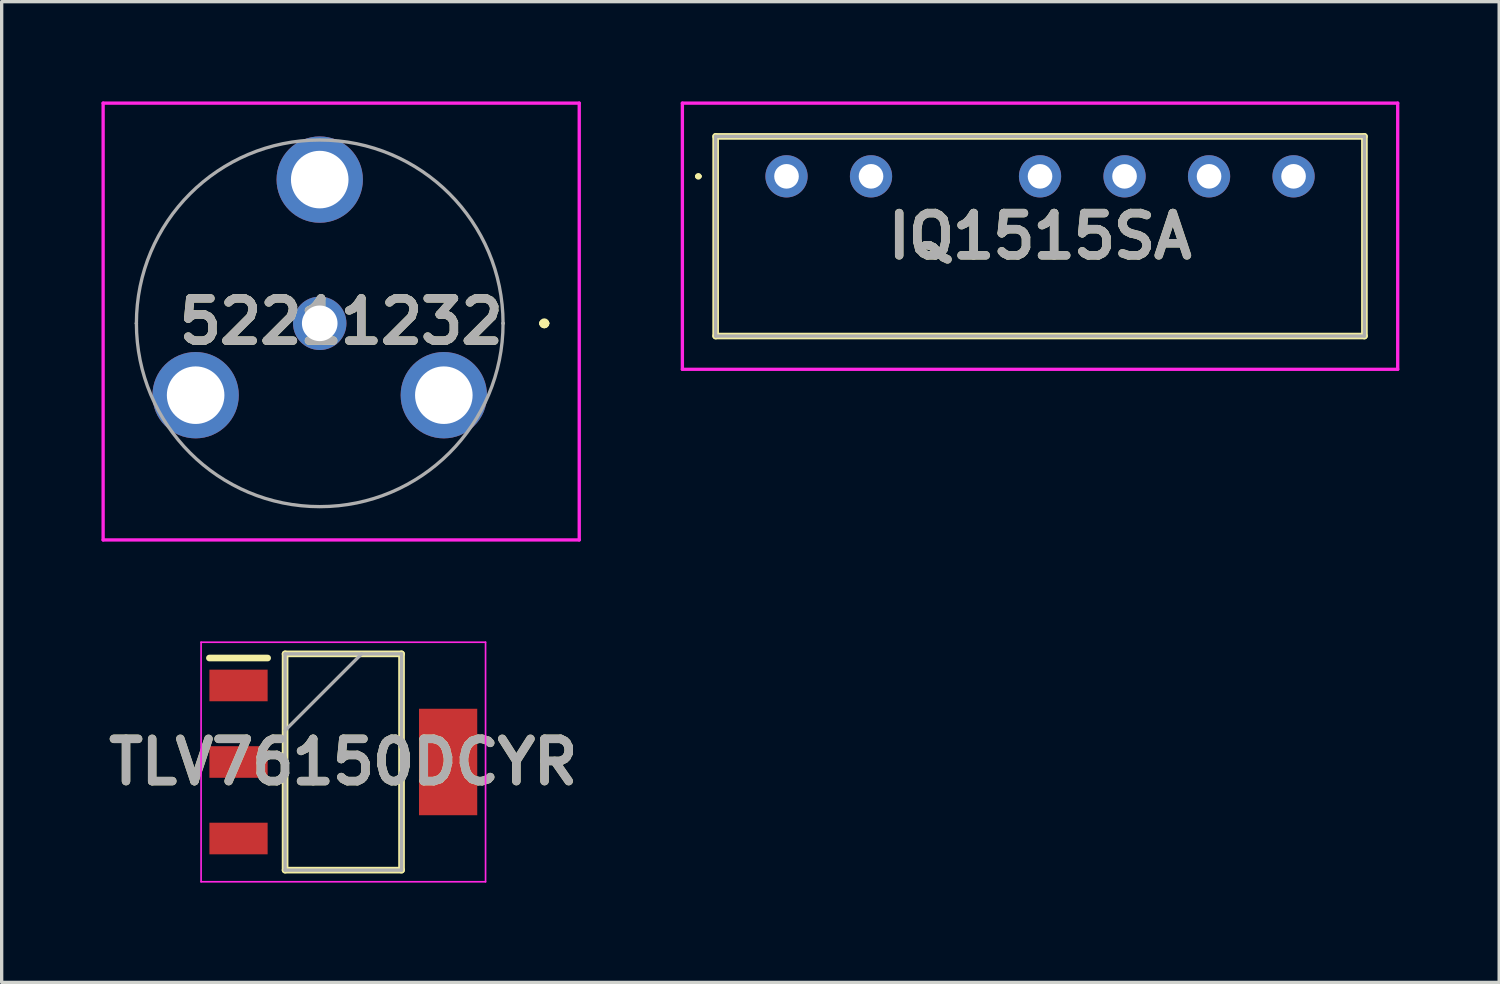
<source format=kicad_pcb>
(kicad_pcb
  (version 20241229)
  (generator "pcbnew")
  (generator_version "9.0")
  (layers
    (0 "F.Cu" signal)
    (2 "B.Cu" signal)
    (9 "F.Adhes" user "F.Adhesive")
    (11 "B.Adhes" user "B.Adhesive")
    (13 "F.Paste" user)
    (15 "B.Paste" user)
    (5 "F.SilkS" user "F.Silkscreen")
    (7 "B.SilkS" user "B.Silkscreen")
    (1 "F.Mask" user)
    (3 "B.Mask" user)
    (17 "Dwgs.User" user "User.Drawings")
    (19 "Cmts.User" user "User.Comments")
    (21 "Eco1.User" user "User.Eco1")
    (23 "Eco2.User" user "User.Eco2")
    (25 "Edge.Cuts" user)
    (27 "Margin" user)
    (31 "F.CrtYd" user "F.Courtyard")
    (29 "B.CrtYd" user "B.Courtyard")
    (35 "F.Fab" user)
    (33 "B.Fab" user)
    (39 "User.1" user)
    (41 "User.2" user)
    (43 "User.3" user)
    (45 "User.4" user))
  (footprint "IQ1515SA"
    (layer "F.Cu")
    (at 20.59 2.25)
    (property "Reference" "IQ1515SA" (at 7.62 1.8 0) (layer "F.SilkS") (effects (font (size 1.27 1.27) (thickness 0.254))))
    (attr through_hole)
    (fp_line (start -2.7 0) (end -2.7 0) (stroke (width 0.1) (type solid)) (layer "F.SilkS"))
    (fp_line (start -2.6 0) (end -2.6 0) (stroke (width 0.1) (type solid)) (layer "F.SilkS"))
    (fp_line (start -2.13 -1.2) (end 17.37 -1.2) (stroke (width 0.2) (type solid)) (layer "F.SilkS"))
    (fp_line (start -2.13 4.8) (end -2.13 -1.2) (stroke (width 0.2) (type solid)) (layer "F.SilkS"))
    (fp_line (start 17.37 -1.2) (end 17.37 4.8) (stroke (width 0.2) (type solid)) (layer "F.SilkS"))
    (fp_line (start 17.37 4.8) (end -2.13 4.8) (stroke (width 0.2) (type solid)) (layer "F.SilkS"))
    (fp_arc (start -2.7 0) (mid -2.65 -0.05) (end -2.6 0) (stroke (width 0.1) (type solid)) (layer "F.SilkS"))
    (fp_arc (start -2.6 0) (mid -2.65 0.05) (end -2.7 0) (stroke (width 0.1) (type solid)) (layer "F.SilkS"))
    (fp_line (start -3.13 -2.2) (end 18.37 -2.2) (stroke (width 0.1) (type solid)) (layer "F.CrtYd"))
    (fp_line (start -3.13 5.8) (end -3.13 -2.2) (stroke (width 0.1) (type solid)) (layer "F.CrtYd"))
    (fp_line (start 18.37 -2.2) (end 18.37 5.8) (stroke (width 0.1) (type solid)) (layer "F.CrtYd"))
    (fp_line (start 18.37 5.8) (end -3.13 5.8) (stroke (width 0.1) (type solid)) (layer "F.CrtYd"))
    (fp_line (start -2.13 -1.2) (end 17.37 -1.2) (stroke (width 0.1) (type solid)) (layer "F.Fab"))
    (fp_line (start -2.13 4.8) (end -2.13 -1.2) (stroke (width 0.1) (type solid)) (layer "F.Fab"))
    (fp_line (start 17.37 -1.2) (end 17.37 4.8) (stroke (width 0.1) (type solid)) (layer "F.Fab"))
    (fp_line (start 17.37 4.8) (end -2.13 4.8) (stroke (width 0.1) (type solid)) (layer "F.Fab"))
    (fp_text user "${REFERENCE}" (at 7.62 1.8 0) (layer "F.Fab") (effects (font (size 1.27 1.27) (thickness 0.254))))
    (pad "1" thru_hole circle (at 0 0) (size 1.269 1.269) (drill 0.74) (layers "*.Cu" "*.Mask"))
    (pad "2" thru_hole circle (at 2.54 0) (size 1.269 1.269) (drill 0.74) (layers "*.Cu" "*.Mask"))
    (pad "4" thru_hole circle (at 7.62 0) (size 1.269 1.269) (drill 0.74) (layers "*.Cu" "*.Mask"))
    (pad "5" thru_hole circle (at 10.16 0) (size 1.269 1.269) (drill 0.74) (layers "*.Cu" "*.Mask"))
    (pad "6" thru_hole circle (at 12.7 0) (size 1.269 1.269) (drill 0.74) (layers "*.Cu" "*.Mask"))
    (pad "7" thru_hole circle (at 15.24 0) (size 1.269 1.269) (drill 0.74) (layers "*.Cu" "*.Mask")))
  (footprint "52211232"
    (layer "F.Cu")
    (at 6.56 6.668)
    (property "Reference" "52211232" (at 0.645 -0.054 0) (layer "F.SilkS") (effects (font (size 1.27 1.27) (thickness 0.254))))
    (attr through_hole)
    (fp_line (start 6.7 0) (end 6.7 0) (stroke (width 0.2) (type solid)) (layer "F.SilkS"))
    (fp_line (start 6.7 0) (end 6.7 0) (stroke (width 0.2) (type solid)) (layer "F.SilkS"))
    (fp_line (start 6.8 0) (end 6.8 0) (stroke (width 0.2) (type solid)) (layer "F.SilkS"))
    (fp_arc (start 6.7 0) (mid 6.75 -0.05) (end 6.8 0) (stroke (width 0.2) (type solid)) (layer "F.SilkS"))
    (fp_arc (start 6.8 0) (mid 6.75 0.05) (end 6.7 0) (stroke (width 0.2) (type solid)) (layer "F.SilkS"))
    (fp_arc (start 6.8 0) (mid 6.75 0.05) (end 6.7 0) (stroke (width 0.2) (type solid)) (layer "F.SilkS"))
    (fp_line (start -6.51 -6.618) (end 7.8 -6.618) (stroke (width 0.1) (type solid)) (layer "F.CrtYd"))
    (fp_line (start -6.51 6.51) (end -6.51 -6.618) (stroke (width 0.1) (type solid)) (layer "F.CrtYd"))
    (fp_line (start 7.8 -6.618) (end 7.8 6.51) (stroke (width 0.1) (type solid)) (layer "F.CrtYd"))
    (fp_line (start 7.8 6.51) (end -6.51 6.51) (stroke (width 0.1) (type solid)) (layer "F.CrtYd"))
    (fp_line (start -5.51 0) (end -5.51 0) (stroke (width 0.1) (type solid)) (layer "F.Fab"))
    (fp_line (start 5.51 0) (end 5.51 0) (stroke (width 0.1) (type solid)) (layer "F.Fab"))
    (fp_arc (start -5.51 0) (mid 0 -5.51) (end 5.51 0) (stroke (width 0.1) (type solid)) (layer "F.Fab"))
    (fp_arc (start 5.51 0) (mid 0 5.51) (end -5.51 0) (stroke (width 0.1) (type solid)) (layer "F.Fab"))
    (fp_text user "${REFERENCE}" (at 0.645 -0.054 0) (layer "F.Fab") (effects (font (size 1.27 1.27) (thickness 0.254))))
    (pad "1" thru_hole circle (at 0 0) (size 1.605 1.605) (drill 1.07) (layers "*.Cu" "*.Mask"))
    (pad "2" thru_hole circle (at 0 -4.32) (size 2.595 2.595) (drill 1.73) (layers "*.Cu" "*.Mask"))
    (pad "3" thru_hole circle (at 3.73 2.16) (size 2.595 2.595) (drill 1.73) (layers "*.Cu" "*.Mask"))
    (pad "4" thru_hole circle (at -3.73 2.16) (size 2.595 2.595) (drill 1.73) (layers "*.Cu" "*.Mask")))
  (footprint "TLV76150DCYR"
    (layer "F.Cu")
    (at 7.269 19.853)
    (property "Reference" "TLV76150DCYR" (at 0 0 0) (layer "F.SilkS") (effects (font (size 1.27 1.27) (thickness 0.254))))
    (attr smd)
    (fp_line (start -4.025 -3.125) (end -2.275 -3.125) (stroke (width 0.2) (type solid)) (layer "F.SilkS"))
    (fp_line (start -1.75 -3.25) (end 1.75 -3.25) (stroke (width 0.2) (type solid)) (layer "F.SilkS"))
    (fp_line (start -1.75 3.25) (end -1.75 -3.25) (stroke (width 0.2) (type solid)) (layer "F.SilkS"))
    (fp_line (start 1.75 -3.25) (end 1.75 3.25) (stroke (width 0.2) (type solid)) (layer "F.SilkS"))
    (fp_line (start 1.75 3.25) (end -1.75 3.25) (stroke (width 0.2) (type solid)) (layer "F.SilkS"))
    (fp_line (start -4.275 -3.6) (end 4.275 -3.6) (stroke (width 0.05) (type solid)) (layer "F.CrtYd"))
    (fp_line (start -4.275 3.6) (end -4.275 -3.6) (stroke (width 0.05) (type solid)) (layer "F.CrtYd"))
    (fp_line (start 4.275 -3.6) (end 4.275 3.6) (stroke (width 0.05) (type solid)) (layer "F.CrtYd"))
    (fp_line (start 4.275 3.6) (end -4.275 3.6) (stroke (width 0.05) (type solid)) (layer "F.CrtYd"))
    (fp_line (start -1.75 -3.25) (end 1.75 -3.25) (stroke (width 0.1) (type solid)) (layer "F.Fab"))
    (fp_line (start -1.75 -0.95) (end 0.55 -3.25) (stroke (width 0.1) (type solid)) (layer "F.Fab"))
    (fp_line (start -1.75 3.25) (end -1.75 -3.25) (stroke (width 0.1) (type solid)) (layer "F.Fab"))
    (fp_line (start 1.75 -3.25) (end 1.75 3.25) (stroke (width 0.1) (type solid)) (layer "F.Fab"))
    (fp_line (start 1.75 3.25) (end -1.75 3.25) (stroke (width 0.1) (type solid)) (layer "F.Fab"))
    (fp_text user "${REFERENCE}" (at 0 0 0) (layer "F.Fab") (effects (font (size 1.27 1.27) (thickness 0.254))))
    (pad "1" smd rect (at -3.15 -2.3 90) (size 0.95 1.75) (layers "F.Cu" "F.Mask" "F.Paste"))
    (pad "2" smd rect (at -3.15 0 90) (size 0.95 1.75) (layers "F.Cu" "F.Mask" "F.Paste"))
    (pad "3" smd rect (at -3.15 2.3 90) (size 0.95 1.75) (layers "F.Cu" "F.Mask" "F.Paste"))
    (pad "4" smd rect (at 3.15 0) (size 1.75 3.2) (layers "F.Cu" "F.Mask" "F.Paste")))
  (gr_rect
    (start -3 -3)
    (end 42.01 26.478)
    (stroke (width 0.1) (type default))
    (fill no)
    (layer "Edge.Cuts")))
</source>
